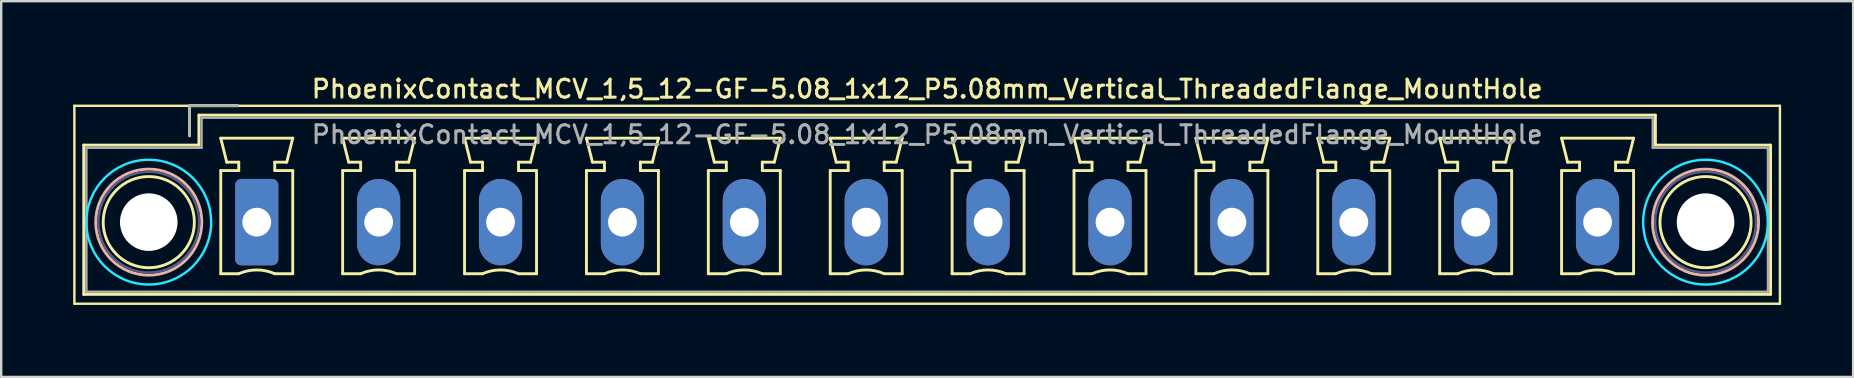
<source format=kicad_pcb>
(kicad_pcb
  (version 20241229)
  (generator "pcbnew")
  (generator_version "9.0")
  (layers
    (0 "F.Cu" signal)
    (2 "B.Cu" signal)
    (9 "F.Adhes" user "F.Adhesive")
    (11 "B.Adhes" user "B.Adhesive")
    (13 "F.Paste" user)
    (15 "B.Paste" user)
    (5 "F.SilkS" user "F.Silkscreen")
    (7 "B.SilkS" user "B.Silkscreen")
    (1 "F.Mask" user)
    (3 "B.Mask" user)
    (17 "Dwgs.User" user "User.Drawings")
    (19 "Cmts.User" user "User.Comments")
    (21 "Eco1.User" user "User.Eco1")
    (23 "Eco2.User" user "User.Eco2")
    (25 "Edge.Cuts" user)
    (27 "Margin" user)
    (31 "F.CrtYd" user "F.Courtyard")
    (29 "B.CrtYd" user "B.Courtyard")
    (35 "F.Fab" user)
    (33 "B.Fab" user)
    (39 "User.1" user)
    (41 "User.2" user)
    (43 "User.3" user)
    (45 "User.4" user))
  (footprint "PhoenixContact_MCV_1,5_12-GF-5.08_1x12_P5.08mm_Vertical_ThreadedFlange_MountHole"
    (layer "F.Cu")
    (at 7.65 6.208)
    (property "Reference" "PhoenixContact_MCV_1,5_12-GF-5.08_1x12_P5.08mm_Vertical_ThreadedFlange_MountHole" (at 27.94 -5.55 0) (layer "F.SilkS") (effects (font (size 0.75 0.75) (thickness 0.125))))
    (attr through_hole)
    (fp_line (start -7.6 -4.85) (end -7.6 3.4) (stroke (width 0.1) (type solid)) (layer "F.SilkS"))
    (fp_line (start -7.6 3.4) (end 63.48 3.4) (stroke (width 0.1) (type solid)) (layer "F.SilkS"))
    (fp_line (start -7.21 -3.21) (end -7.21 3.01) (stroke (width 0.12) (type solid)) (layer "F.SilkS"))
    (fp_line (start -7.21 3.01) (end 63.09 3.01) (stroke (width 0.12) (type solid)) (layer "F.SilkS"))
    (fp_line (start -2.8 -4.85) (end -0.8 -4.85) (stroke (width 0.12) (type solid)) (layer "F.SilkS"))
    (fp_line (start -2.8 -3.6) (end -2.8 -4.85) (stroke (width 0.12) (type solid)) (layer "F.SilkS"))
    (fp_line (start -2.41 -4.46) (end -2.41 -3.21) (stroke (width 0.12) (type solid)) (layer "F.SilkS"))
    (fp_line (start -2.41 -3.21) (end -7.21 -3.21) (stroke (width 0.12) (type solid)) (layer "F.SilkS"))
    (fp_line (start -1.5 -3.5) (end 1.5 -3.5) (stroke (width 0.12) (type solid)) (layer "F.SilkS"))
    (fp_line (start -1.5 -2.15) (end -0.75 -2.15) (stroke (width 0.12) (type solid)) (layer "F.SilkS"))
    (fp_line (start -1.5 2.15) (end -1.5 -2.15) (stroke (width 0.12) (type solid)) (layer "F.SilkS"))
    (fp_line (start -1.25 -2.5) (end -1.5 -3.5) (stroke (width 0.12) (type solid)) (layer "F.SilkS"))
    (fp_line (start -0.75 -2.5) (end -1.25 -2.5) (stroke (width 0.12) (type solid)) (layer "F.SilkS"))
    (fp_line (start -0.75 -2.15) (end -0.75 -2.5) (stroke (width 0.12) (type solid)) (layer "F.SilkS"))
    (fp_line (start -0.75 2.15) (end -1.5 2.15) (stroke (width 0.12) (type solid)) (layer "F.SilkS"))
    (fp_line (start 0.75 -2.5) (end 0.75 -2.15) (stroke (width 0.12) (type solid)) (layer "F.SilkS"))
    (fp_line (start 0.75 -2.15) (end 1.5 -2.15) (stroke (width 0.12) (type solid)) (layer "F.SilkS"))
    (fp_line (start 1.25 -2.5) (end 0.75 -2.5) (stroke (width 0.12) (type solid)) (layer "F.SilkS"))
    (fp_line (start 1.5 -3.5) (end 1.25 -2.5) (stroke (width 0.12) (type solid)) (layer "F.SilkS"))
    (fp_line (start 1.5 -2.15) (end 1.5 2.15) (stroke (width 0.12) (type solid)) (layer "F.SilkS"))
    (fp_line (start 1.5 2.15) (end 0.75 2.15) (stroke (width 0.12) (type solid)) (layer "F.SilkS"))
    (fp_line (start 3.58 -3.5) (end 6.58 -3.5) (stroke (width 0.12) (type solid)) (layer "F.SilkS"))
    (fp_line (start 3.58 -2.15) (end 4.33 -2.15) (stroke (width 0.12) (type solid)) (layer "F.SilkS"))
    (fp_line (start 3.58 2.15) (end 3.58 -2.15) (stroke (width 0.12) (type solid)) (layer "F.SilkS"))
    (fp_line (start 3.83 -2.5) (end 3.58 -3.5) (stroke (width 0.12) (type solid)) (layer "F.SilkS"))
    (fp_line (start 4.33 -2.5) (end 3.83 -2.5) (stroke (width 0.12) (type solid)) (layer "F.SilkS"))
    (fp_line (start 4.33 -2.15) (end 4.33 -2.5) (stroke (width 0.12) (type solid)) (layer "F.SilkS"))
    (fp_line (start 4.33 2.15) (end 3.58 2.15) (stroke (width 0.12) (type solid)) (layer "F.SilkS"))
    (fp_line (start 5.83 -2.5) (end 5.83 -2.15) (stroke (width 0.12) (type solid)) (layer "F.SilkS"))
    (fp_line (start 5.83 -2.15) (end 6.58 -2.15) (stroke (width 0.12) (type solid)) (layer "F.SilkS"))
    (fp_line (start 6.33 -2.5) (end 5.83 -2.5) (stroke (width 0.12) (type solid)) (layer "F.SilkS"))
    (fp_line (start 6.58 -3.5) (end 6.33 -2.5) (stroke (width 0.12) (type solid)) (layer "F.SilkS"))
    (fp_line (start 6.58 -2.15) (end 6.58 2.15) (stroke (width 0.12) (type solid)) (layer "F.SilkS"))
    (fp_line (start 6.58 2.15) (end 5.83 2.15) (stroke (width 0.12) (type solid)) (layer "F.SilkS"))
    (fp_line (start 8.66 -3.5) (end 11.66 -3.5) (stroke (width 0.12) (type solid)) (layer "F.SilkS"))
    (fp_line (start 8.66 -2.15) (end 9.41 -2.15) (stroke (width 0.12) (type solid)) (layer "F.SilkS"))
    (fp_line (start 8.66 2.15) (end 8.66 -2.15) (stroke (width 0.12) (type solid)) (layer "F.SilkS"))
    (fp_line (start 8.91 -2.5) (end 8.66 -3.5) (stroke (width 0.12) (type solid)) (layer "F.SilkS"))
    (fp_line (start 9.41 -2.5) (end 8.91 -2.5) (stroke (width 0.12) (type solid)) (layer "F.SilkS"))
    (fp_line (start 9.41 -2.15) (end 9.41 -2.5) (stroke (width 0.12) (type solid)) (layer "F.SilkS"))
    (fp_line (start 9.41 2.15) (end 8.66 2.15) (stroke (width 0.12) (type solid)) (layer "F.SilkS"))
    (fp_line (start 10.91 -2.5) (end 10.91 -2.15) (stroke (width 0.12) (type solid)) (layer "F.SilkS"))
    (fp_line (start 10.91 -2.15) (end 11.66 -2.15) (stroke (width 0.12) (type solid)) (layer "F.SilkS"))
    (fp_line (start 11.41 -2.5) (end 10.91 -2.5) (stroke (width 0.12) (type solid)) (layer "F.SilkS"))
    (fp_line (start 11.66 -3.5) (end 11.41 -2.5) (stroke (width 0.12) (type solid)) (layer "F.SilkS"))
    (fp_line (start 11.66 -2.15) (end 11.66 2.15) (stroke (width 0.12) (type solid)) (layer "F.SilkS"))
    (fp_line (start 11.66 2.15) (end 10.91 2.15) (stroke (width 0.12) (type solid)) (layer "F.SilkS"))
    (fp_line (start 13.74 -3.5) (end 16.74 -3.5) (stroke (width 0.12) (type solid)) (layer "F.SilkS"))
    (fp_line (start 13.74 -2.15) (end 14.49 -2.15) (stroke (width 0.12) (type solid)) (layer "F.SilkS"))
    (fp_line (start 13.74 2.15) (end 13.74 -2.15) (stroke (width 0.12) (type solid)) (layer "F.SilkS"))
    (fp_line (start 13.99 -2.5) (end 13.74 -3.5) (stroke (width 0.12) (type solid)) (layer "F.SilkS"))
    (fp_line (start 14.49 -2.5) (end 13.99 -2.5) (stroke (width 0.12) (type solid)) (layer "F.SilkS"))
    (fp_line (start 14.49 -2.15) (end 14.49 -2.5) (stroke (width 0.12) (type solid)) (layer "F.SilkS"))
    (fp_line (start 14.49 2.15) (end 13.74 2.15) (stroke (width 0.12) (type solid)) (layer "F.SilkS"))
    (fp_line (start 15.99 -2.5) (end 15.99 -2.15) (stroke (width 0.12) (type solid)) (layer "F.SilkS"))
    (fp_line (start 15.99 -2.15) (end 16.74 -2.15) (stroke (width 0.12) (type solid)) (layer "F.SilkS"))
    (fp_line (start 16.49 -2.5) (end 15.99 -2.5) (stroke (width 0.12) (type solid)) (layer "F.SilkS"))
    (fp_line (start 16.74 -3.5) (end 16.49 -2.5) (stroke (width 0.12) (type solid)) (layer "F.SilkS"))
    (fp_line (start 16.74 -2.15) (end 16.74 2.15) (stroke (width 0.12) (type solid)) (layer "F.SilkS"))
    (fp_line (start 16.74 2.15) (end 15.99 2.15) (stroke (width 0.12) (type solid)) (layer "F.SilkS"))
    (fp_line (start 18.82 -3.5) (end 21.82 -3.5) (stroke (width 0.12) (type solid)) (layer "F.SilkS"))
    (fp_line (start 18.82 -2.15) (end 19.57 -2.15) (stroke (width 0.12) (type solid)) (layer "F.SilkS"))
    (fp_line (start 18.82 2.15) (end 18.82 -2.15) (stroke (width 0.12) (type solid)) (layer "F.SilkS"))
    (fp_line (start 19.07 -2.5) (end 18.82 -3.5) (stroke (width 0.12) (type solid)) (layer "F.SilkS"))
    (fp_line (start 19.57 -2.5) (end 19.07 -2.5) (stroke (width 0.12) (type solid)) (layer "F.SilkS"))
    (fp_line (start 19.57 -2.15) (end 19.57 -2.5) (stroke (width 0.12) (type solid)) (layer "F.SilkS"))
    (fp_line (start 19.57 2.15) (end 18.82 2.15) (stroke (width 0.12) (type solid)) (layer "F.SilkS"))
    (fp_line (start 21.07 -2.5) (end 21.07 -2.15) (stroke (width 0.12) (type solid)) (layer "F.SilkS"))
    (fp_line (start 21.07 -2.15) (end 21.82 -2.15) (stroke (width 0.12) (type solid)) (layer "F.SilkS"))
    (fp_line (start 21.57 -2.5) (end 21.07 -2.5) (stroke (width 0.12) (type solid)) (layer "F.SilkS"))
    (fp_line (start 21.82 -3.5) (end 21.57 -2.5) (stroke (width 0.12) (type solid)) (layer "F.SilkS"))
    (fp_line (start 21.82 -2.15) (end 21.82 2.15) (stroke (width 0.12) (type solid)) (layer "F.SilkS"))
    (fp_line (start 21.82 2.15) (end 21.07 2.15) (stroke (width 0.12) (type solid)) (layer "F.SilkS"))
    (fp_line (start 23.9 -3.5) (end 26.9 -3.5) (stroke (width 0.12) (type solid)) (layer "F.SilkS"))
    (fp_line (start 23.9 -2.15) (end 24.65 -2.15) (stroke (width 0.12) (type solid)) (layer "F.SilkS"))
    (fp_line (start 23.9 2.15) (end 23.9 -2.15) (stroke (width 0.12) (type solid)) (layer "F.SilkS"))
    (fp_line (start 24.15 -2.5) (end 23.9 -3.5) (stroke (width 0.12) (type solid)) (layer "F.SilkS"))
    (fp_line (start 24.65 -2.5) (end 24.15 -2.5) (stroke (width 0.12) (type solid)) (layer "F.SilkS"))
    (fp_line (start 24.65 -2.15) (end 24.65 -2.5) (stroke (width 0.12) (type solid)) (layer "F.SilkS"))
    (fp_line (start 24.65 2.15) (end 23.9 2.15) (stroke (width 0.12) (type solid)) (layer "F.SilkS"))
    (fp_line (start 26.15 -2.5) (end 26.15 -2.15) (stroke (width 0.12) (type solid)) (layer "F.SilkS"))
    (fp_line (start 26.15 -2.15) (end 26.9 -2.15) (stroke (width 0.12) (type solid)) (layer "F.SilkS"))
    (fp_line (start 26.65 -2.5) (end 26.15 -2.5) (stroke (width 0.12) (type solid)) (layer "F.SilkS"))
    (fp_line (start 26.9 -3.5) (end 26.65 -2.5) (stroke (width 0.12) (type solid)) (layer "F.SilkS"))
    (fp_line (start 26.9 -2.15) (end 26.9 2.15) (stroke (width 0.12) (type solid)) (layer "F.SilkS"))
    (fp_line (start 26.9 2.15) (end 26.15 2.15) (stroke (width 0.12) (type solid)) (layer "F.SilkS"))
    (fp_line (start 28.98 -3.5) (end 31.98 -3.5) (stroke (width 0.12) (type solid)) (layer "F.SilkS"))
    (fp_line (start 28.98 -2.15) (end 29.73 -2.15) (stroke (width 0.12) (type solid)) (layer "F.SilkS"))
    (fp_line (start 28.98 2.15) (end 28.98 -2.15) (stroke (width 0.12) (type solid)) (layer "F.SilkS"))
    (fp_line (start 29.23 -2.5) (end 28.98 -3.5) (stroke (width 0.12) (type solid)) (layer "F.SilkS"))
    (fp_line (start 29.73 -2.5) (end 29.23 -2.5) (stroke (width 0.12) (type solid)) (layer "F.SilkS"))
    (fp_line (start 29.73 -2.15) (end 29.73 -2.5) (stroke (width 0.12) (type solid)) (layer "F.SilkS"))
    (fp_line (start 29.73 2.15) (end 28.98 2.15) (stroke (width 0.12) (type solid)) (layer "F.SilkS"))
    (fp_line (start 31.23 -2.5) (end 31.23 -2.15) (stroke (width 0.12) (type solid)) (layer "F.SilkS"))
    (fp_line (start 31.23 -2.15) (end 31.98 -2.15) (stroke (width 0.12) (type solid)) (layer "F.SilkS"))
    (fp_line (start 31.73 -2.5) (end 31.23 -2.5) (stroke (width 0.12) (type solid)) (layer "F.SilkS"))
    (fp_line (start 31.98 -3.5) (end 31.73 -2.5) (stroke (width 0.12) (type solid)) (layer "F.SilkS"))
    (fp_line (start 31.98 -2.15) (end 31.98 2.15) (stroke (width 0.12) (type solid)) (layer "F.SilkS"))
    (fp_line (start 31.98 2.15) (end 31.23 2.15) (stroke (width 0.12) (type solid)) (layer "F.SilkS"))
    (fp_line (start 34.06 -3.5) (end 37.06 -3.5) (stroke (width 0.12) (type solid)) (layer "F.SilkS"))
    (fp_line (start 34.06 -2.15) (end 34.81 -2.15) (stroke (width 0.12) (type solid)) (layer "F.SilkS"))
    (fp_line (start 34.06 2.15) (end 34.06 -2.15) (stroke (width 0.12) (type solid)) (layer "F.SilkS"))
    (fp_line (start 34.31 -2.5) (end 34.06 -3.5) (stroke (width 0.12) (type solid)) (layer "F.SilkS"))
    (fp_line (start 34.81 -2.5) (end 34.31 -2.5) (stroke (width 0.12) (type solid)) (layer "F.SilkS"))
    (fp_line (start 34.81 -2.15) (end 34.81 -2.5) (stroke (width 0.12) (type solid)) (layer "F.SilkS"))
    (fp_line (start 34.81 2.15) (end 34.06 2.15) (stroke (width 0.12) (type solid)) (layer "F.SilkS"))
    (fp_line (start 36.31 -2.5) (end 36.31 -2.15) (stroke (width 0.12) (type solid)) (layer "F.SilkS"))
    (fp_line (start 36.31 -2.15) (end 37.06 -2.15) (stroke (width 0.12) (type solid)) (layer "F.SilkS"))
    (fp_line (start 36.81 -2.5) (end 36.31 -2.5) (stroke (width 0.12) (type solid)) (layer "F.SilkS"))
    (fp_line (start 37.06 -3.5) (end 36.81 -2.5) (stroke (width 0.12) (type solid)) (layer "F.SilkS"))
    (fp_line (start 37.06 -2.15) (end 37.06 2.15) (stroke (width 0.12) (type solid)) (layer "F.SilkS"))
    (fp_line (start 37.06 2.15) (end 36.31 2.15) (stroke (width 0.12) (type solid)) (layer "F.SilkS"))
    (fp_line (start 39.14 -3.5) (end 42.14 -3.5) (stroke (width 0.12) (type solid)) (layer "F.SilkS"))
    (fp_line (start 39.14 -2.15) (end 39.89 -2.15) (stroke (width 0.12) (type solid)) (layer "F.SilkS"))
    (fp_line (start 39.14 2.15) (end 39.14 -2.15) (stroke (width 0.12) (type solid)) (layer "F.SilkS"))
    (fp_line (start 39.39 -2.5) (end 39.14 -3.5) (stroke (width 0.12) (type solid)) (layer "F.SilkS"))
    (fp_line (start 39.89 -2.5) (end 39.39 -2.5) (stroke (width 0.12) (type solid)) (layer "F.SilkS"))
    (fp_line (start 39.89 -2.15) (end 39.89 -2.5) (stroke (width 0.12) (type solid)) (layer "F.SilkS"))
    (fp_line (start 39.89 2.15) (end 39.14 2.15) (stroke (width 0.12) (type solid)) (layer "F.SilkS"))
    (fp_line (start 41.39 -2.5) (end 41.39 -2.15) (stroke (width 0.12) (type solid)) (layer "F.SilkS"))
    (fp_line (start 41.39 -2.15) (end 42.14 -2.15) (stroke (width 0.12) (type solid)) (layer "F.SilkS"))
    (fp_line (start 41.89 -2.5) (end 41.39 -2.5) (stroke (width 0.12) (type solid)) (layer "F.SilkS"))
    (fp_line (start 42.14 -3.5) (end 41.89 -2.5) (stroke (width 0.12) (type solid)) (layer "F.SilkS"))
    (fp_line (start 42.14 -2.15) (end 42.14 2.15) (stroke (width 0.12) (type solid)) (layer "F.SilkS"))
    (fp_line (start 42.14 2.15) (end 41.39 2.15) (stroke (width 0.12) (type solid)) (layer "F.SilkS"))
    (fp_line (start 44.22 -3.5) (end 47.22 -3.5) (stroke (width 0.12) (type solid)) (layer "F.SilkS"))
    (fp_line (start 44.22 -2.15) (end 44.97 -2.15) (stroke (width 0.12) (type solid)) (layer "F.SilkS"))
    (fp_line (start 44.22 2.15) (end 44.22 -2.15) (stroke (width 0.12) (type solid)) (layer "F.SilkS"))
    (fp_line (start 44.47 -2.5) (end 44.22 -3.5) (stroke (width 0.12) (type solid)) (layer "F.SilkS"))
    (fp_line (start 44.97 -2.5) (end 44.47 -2.5) (stroke (width 0.12) (type solid)) (layer "F.SilkS"))
    (fp_line (start 44.97 -2.15) (end 44.97 -2.5) (stroke (width 0.12) (type solid)) (layer "F.SilkS"))
    (fp_line (start 44.97 2.15) (end 44.22 2.15) (stroke (width 0.12) (type solid)) (layer "F.SilkS"))
    (fp_line (start 46.47 -2.5) (end 46.47 -2.15) (stroke (width 0.12) (type solid)) (layer "F.SilkS"))
    (fp_line (start 46.47 -2.15) (end 47.22 -2.15) (stroke (width 0.12) (type solid)) (layer "F.SilkS"))
    (fp_line (start 46.97 -2.5) (end 46.47 -2.5) (stroke (width 0.12) (type solid)) (layer "F.SilkS"))
    (fp_line (start 47.22 -3.5) (end 46.97 -2.5) (stroke (width 0.12) (type solid)) (layer "F.SilkS"))
    (fp_line (start 47.22 -2.15) (end 47.22 2.15) (stroke (width 0.12) (type solid)) (layer "F.SilkS"))
    (fp_line (start 47.22 2.15) (end 46.47 2.15) (stroke (width 0.12) (type solid)) (layer "F.SilkS"))
    (fp_line (start 49.3 -3.5) (end 52.3 -3.5) (stroke (width 0.12) (type solid)) (layer "F.SilkS"))
    (fp_line (start 49.3 -2.15) (end 50.05 -2.15) (stroke (width 0.12) (type solid)) (layer "F.SilkS"))
    (fp_line (start 49.3 2.15) (end 49.3 -2.15) (stroke (width 0.12) (type solid)) (layer "F.SilkS"))
    (fp_line (start 49.55 -2.5) (end 49.3 -3.5) (stroke (width 0.12) (type solid)) (layer "F.SilkS"))
    (fp_line (start 50.05 -2.5) (end 49.55 -2.5) (stroke (width 0.12) (type solid)) (layer "F.SilkS"))
    (fp_line (start 50.05 -2.15) (end 50.05 -2.5) (stroke (width 0.12) (type solid)) (layer "F.SilkS"))
    (fp_line (start 50.05 2.15) (end 49.3 2.15) (stroke (width 0.12) (type solid)) (layer "F.SilkS"))
    (fp_line (start 51.55 -2.5) (end 51.55 -2.15) (stroke (width 0.12) (type solid)) (layer "F.SilkS"))
    (fp_line (start 51.55 -2.15) (end 52.3 -2.15) (stroke (width 0.12) (type solid)) (layer "F.SilkS"))
    (fp_line (start 52.05 -2.5) (end 51.55 -2.5) (stroke (width 0.12) (type solid)) (layer "F.SilkS"))
    (fp_line (start 52.3 -3.5) (end 52.05 -2.5) (stroke (width 0.12) (type solid)) (layer "F.SilkS"))
    (fp_line (start 52.3 -2.15) (end 52.3 2.15) (stroke (width 0.12) (type solid)) (layer "F.SilkS"))
    (fp_line (start 52.3 2.15) (end 51.55 2.15) (stroke (width 0.12) (type solid)) (layer "F.SilkS"))
    (fp_line (start 54.38 -3.5) (end 57.38 -3.5) (stroke (width 0.12) (type solid)) (layer "F.SilkS"))
    (fp_line (start 54.38 -2.15) (end 55.13 -2.15) (stroke (width 0.12) (type solid)) (layer "F.SilkS"))
    (fp_line (start 54.38 2.15) (end 54.38 -2.15) (stroke (width 0.12) (type solid)) (layer "F.SilkS"))
    (fp_line (start 54.63 -2.5) (end 54.38 -3.5) (stroke (width 0.12) (type solid)) (layer "F.SilkS"))
    (fp_line (start 55.13 -2.5) (end 54.63 -2.5) (stroke (width 0.12) (type solid)) (layer "F.SilkS"))
    (fp_line (start 55.13 -2.15) (end 55.13 -2.5) (stroke (width 0.12) (type solid)) (layer "F.SilkS"))
    (fp_line (start 55.13 2.15) (end 54.38 2.15) (stroke (width 0.12) (type solid)) (layer "F.SilkS"))
    (fp_line (start 56.63 -2.5) (end 56.63 -2.15) (stroke (width 0.12) (type solid)) (layer "F.SilkS"))
    (fp_line (start 56.63 -2.15) (end 57.38 -2.15) (stroke (width 0.12) (type solid)) (layer "F.SilkS"))
    (fp_line (start 57.13 -2.5) (end 56.63 -2.5) (stroke (width 0.12) (type solid)) (layer "F.SilkS"))
    (fp_line (start 57.38 -3.5) (end 57.13 -2.5) (stroke (width 0.12) (type solid)) (layer "F.SilkS"))
    (fp_line (start 57.38 -2.15) (end 57.38 2.15) (stroke (width 0.12) (type solid)) (layer "F.SilkS"))
    (fp_line (start 57.38 2.15) (end 56.63 2.15) (stroke (width 0.12) (type solid)) (layer "F.SilkS"))
    (fp_line (start 58.29 -4.46) (end -2.41 -4.46) (stroke (width 0.12) (type solid)) (layer "F.SilkS"))
    (fp_line (start 58.29 -3.21) (end 58.29 -4.46) (stroke (width 0.12) (type solid)) (layer "F.SilkS"))
    (fp_line (start 63.09 -3.21) (end 58.29 -3.21) (stroke (width 0.12) (type solid)) (layer "F.SilkS"))
    (fp_line (start 63.09 3.01) (end 63.09 -3.21) (stroke (width 0.12) (type solid)) (layer "F.SilkS"))
    (fp_line (start 63.48 -4.85) (end -7.6 -4.85) (stroke (width 0.1) (type solid)) (layer "F.SilkS"))
    (fp_line (start 63.48 3.4) (end 63.48 -4.85) (stroke (width 0.1) (type solid)) (layer "F.SilkS"))
    (fp_arc (start -0.75 2.15) (mid -0.000193 1.99191) (end 0.749647 2.149844) (stroke (width 0.12) (type solid)) (layer "F.SilkS"))
    (fp_arc (start 4.33 2.15) (mid 5.079807 1.99191) (end 5.829647 2.149844) (stroke (width 0.12) (type solid)) (layer "F.SilkS"))
    (fp_arc (start 9.41 2.15) (mid 10.159807 1.99191) (end 10.909647 2.149844) (stroke (width 0.12) (type solid)) (layer "F.SilkS"))
    (fp_arc (start 14.49 2.15) (mid 15.239807 1.99191) (end 15.989647 2.149844) (stroke (width 0.12) (type solid)) (layer "F.SilkS"))
    (fp_arc (start 19.57 2.15) (mid 20.319807 1.99191) (end 21.069647 2.149844) (stroke (width 0.12) (type solid)) (layer "F.SilkS"))
    (fp_arc (start 24.65 2.15) (mid 25.399807 1.99191) (end 26.149647 2.149844) (stroke (width 0.12) (type solid)) (layer "F.SilkS"))
    (fp_arc (start 29.73 2.15) (mid 30.479807 1.99191) (end 31.229647 2.149844) (stroke (width 0.12) (type solid)) (layer "F.SilkS"))
    (fp_arc (start 34.81 2.15) (mid 35.559807 1.99191) (end 36.309647 2.149844) (stroke (width 0.12) (type solid)) (layer "F.SilkS"))
    (fp_arc (start 39.89 2.15) (mid 40.639807 1.99191) (end 41.389647 2.149844) (stroke (width 0.12) (type solid)) (layer "F.SilkS"))
    (fp_arc (start 44.97 2.15) (mid 45.719807 1.99191) (end 46.469647 2.149844) (stroke (width 0.12) (type solid)) (layer "F.SilkS"))
    (fp_arc (start 50.05 2.15) (mid 50.799807 1.99191) (end 51.549647 2.149844) (stroke (width 0.12) (type solid)) (layer "F.SilkS"))
    (fp_arc (start 55.13 2.15) (mid 55.879807 1.99191) (end 56.629647 2.149844) (stroke (width 0.12) (type solid)) (layer "F.SilkS"))
    (fp_circle (center -4.5 0) (end -2.6 0) (stroke (width 0.12) (type solid)) (fill no) (layer "F.SilkS"))
    (fp_circle (center 60.38 0) (end 62.28 0) (stroke (width 0.12) (type solid)) (fill no) (layer "F.SilkS"))
    (fp_circle (center -4.5 0) (end -2.29 0) (stroke (width 0.12) (type solid)) (fill no) (layer "B.SilkS"))
    (fp_circle (center 60.38 0) (end 62.59 0) (stroke (width 0.12) (type solid)) (fill no) (layer "B.SilkS"))
    (fp_circle (center -4.5 0) (end -1.9 0) (stroke (width 0.1) (type solid)) (fill no) (layer "B.CrtYd"))
    (fp_circle (center 60.38 0) (end 62.98 0) (stroke (width 0.1) (type solid)) (fill no) (layer "B.CrtYd"))
    (fp_circle (center -4.5 0) (end -2.4 0) (stroke (width 0.1) (type solid)) (fill no) (layer "B.Fab"))
    (fp_circle (center 60.38 0) (end 62.48 0) (stroke (width 0.1) (type solid)) (fill no) (layer "B.Fab"))
    (fp_line (start -7.1 -3.1) (end -7.1 2.9) (stroke (width 0.1) (type solid)) (layer "F.Fab"))
    (fp_line (start -7.1 2.9) (end 62.98 2.9) (stroke (width 0.1) (type solid)) (layer "F.Fab"))
    (fp_line (start -2.8 -4.85) (end -0.8 -4.85) (stroke (width 0.1) (type solid)) (layer "F.Fab"))
    (fp_line (start -2.8 -3.6) (end -2.8 -4.85) (stroke (width 0.1) (type solid)) (layer "F.Fab"))
    (fp_line (start -2.3 -4.35) (end -2.3 -3.1) (stroke (width 0.1) (type solid)) (layer "F.Fab"))
    (fp_line (start -2.3 -3.1) (end -7.1 -3.1) (stroke (width 0.1) (type solid)) (layer "F.Fab"))
    (fp_line (start 58.18 -4.35) (end -2.3 -4.35) (stroke (width 0.1) (type solid)) (layer "F.Fab"))
    (fp_line (start 58.18 -3.1) (end 58.18 -4.35) (stroke (width 0.1) (type solid)) (layer "F.Fab"))
    (fp_line (start 62.98 -3.1) (end 58.18 -3.1) (stroke (width 0.1) (type solid)) (layer "F.Fab"))
    (fp_line (start 62.98 2.9) (end 62.98 -3.1) (stroke (width 0.1) (type solid)) (layer "F.Fab"))
    (fp_text user "${REFERENCE}" (at 27.94 -3.65 0) (layer "F.Fab") (effects (font (size 0.75 0.75) (thickness 0.125))))
    (pad "" np_thru_hole circle (at -4.5 0) (size 2.4 2.4) (drill 2.4) (layers "*.Cu" "*.Mask"))
    (pad "" np_thru_hole circle (at 60.38 0) (size 2.4 2.4) (drill 2.4) (layers "*.Cu" "*.Mask"))
    (pad "1" thru_hole roundrect (at 0 0) (size 1.8 3.6) (drill 1.2) (layers "*.Cu" "*.Mask") (roundrect_rratio 0.139))
    (pad "2" thru_hole oval (at 5.08 0) (size 1.8 3.6) (drill 1.2) (layers "*.Cu" "*.Mask"))
    (pad "3" thru_hole oval (at 10.16 0) (size 1.8 3.6) (drill 1.2) (layers "*.Cu" "*.Mask"))
    (pad "4" thru_hole oval (at 15.24 0) (size 1.8 3.6) (drill 1.2) (layers "*.Cu" "*.Mask"))
    (pad "5" thru_hole oval (at 20.32 0) (size 1.8 3.6) (drill 1.2) (layers "*.Cu" "*.Mask"))
    (pad "6" thru_hole oval (at 25.4 0) (size 1.8 3.6) (drill 1.2) (layers "*.Cu" "*.Mask"))
    (pad "7" thru_hole oval (at 30.48 0) (size 1.8 3.6) (drill 1.2) (layers "*.Cu" "*.Mask"))
    (pad "8" thru_hole oval (at 35.56 0) (size 1.8 3.6) (drill 1.2) (layers "*.Cu" "*.Mask"))
    (pad "9" thru_hole oval (at 40.64 0) (size 1.8 3.6) (drill 1.2) (layers "*.Cu" "*.Mask"))
    (pad "10" thru_hole oval (at 45.72 0) (size 1.8 3.6) (drill 1.2) (layers "*.Cu" "*.Mask"))
    (pad "11" thru_hole oval (at 50.8 0) (size 1.8 3.6) (drill 1.2) (layers "*.Cu" "*.Mask"))
    (pad "12" thru_hole oval (at 55.88 0) (size 1.8 3.6) (drill 1.2) (layers "*.Cu" "*.Mask")))
  (gr_rect
    (start -3 -3)
    (end 74.18 12.658)
    (stroke (width 0.1) (type default))
    (fill no)
    (layer "Edge.Cuts")))
</source>
